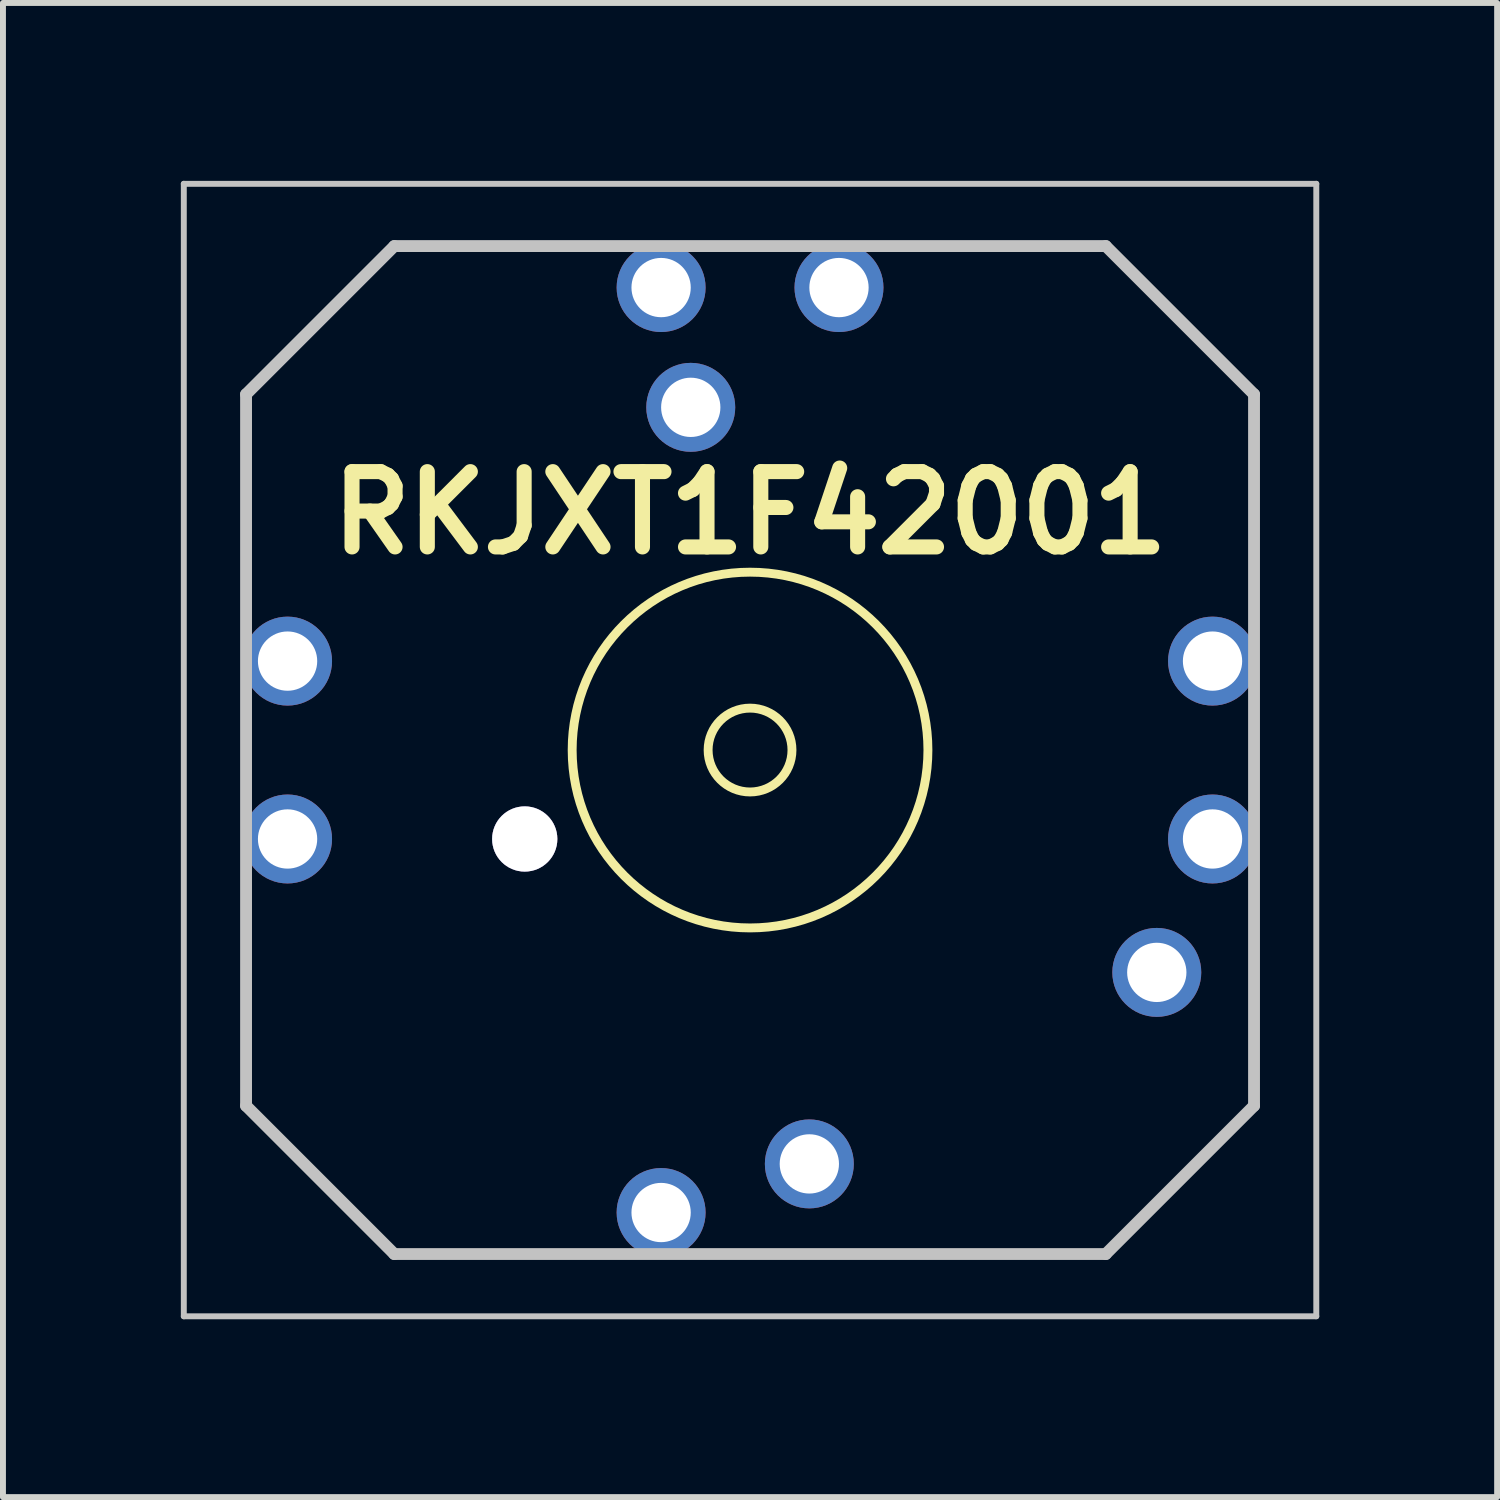
<source format=kicad_pcb>
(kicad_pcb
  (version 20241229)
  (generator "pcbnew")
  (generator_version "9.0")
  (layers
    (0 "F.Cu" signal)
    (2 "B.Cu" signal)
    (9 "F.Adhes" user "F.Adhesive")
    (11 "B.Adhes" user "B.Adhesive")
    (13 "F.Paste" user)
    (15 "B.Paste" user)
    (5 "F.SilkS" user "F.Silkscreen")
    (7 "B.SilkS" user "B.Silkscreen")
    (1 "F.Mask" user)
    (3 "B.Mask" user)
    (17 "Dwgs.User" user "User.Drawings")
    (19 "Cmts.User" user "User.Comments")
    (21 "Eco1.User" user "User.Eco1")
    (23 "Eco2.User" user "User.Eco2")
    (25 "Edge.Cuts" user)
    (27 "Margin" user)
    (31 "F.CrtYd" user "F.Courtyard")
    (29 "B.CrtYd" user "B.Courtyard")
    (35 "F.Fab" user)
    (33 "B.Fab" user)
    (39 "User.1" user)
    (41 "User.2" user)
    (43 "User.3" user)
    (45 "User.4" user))
  (footprint "RKJXT1F42001"
    (layer "F.Cu")
    (at 9.6 9.6)
    (property "Reference" "RKJXT1F42001" (at 0 -4 0) (layer "F.SilkS") (effects (font (size 1.27 1.27) (thickness 0.254))))
    (attr through_hole)
    (fp_line (start -8.5 -6) (end -6 -8.5) (stroke (width 0.1) (type solid)) (layer "F.SilkS"))
    (fp_line (start -8.5 -2.5) (end -8.5 -6) (stroke (width 0.1) (type solid)) (layer "F.SilkS"))
    (fp_line (start -8.5 -0.5) (end -8.5 0.5) (stroke (width 0.1) (type solid)) (layer "F.SilkS"))
    (fp_line (start -8.5 2.5) (end -8.5 6) (stroke (width 0.1) (type solid)) (layer "F.SilkS"))
    (fp_line (start -8.5 6) (end -6 8.5) (stroke (width 0.1) (type solid)) (layer "F.SilkS"))
    (fp_line (start -6 -8.5) (end -2.5 -8.5) (stroke (width 0.1) (type solid)) (layer "F.SilkS"))
    (fp_line (start -6 8.5) (end -2.5 8.5) (stroke (width 0.1) (type solid)) (layer "F.SilkS"))
    (fp_line (start -0.5 8.5) (end 6 8.5) (stroke (width 0.1) (type solid)) (layer "F.SilkS"))
    (fp_line (start 2.5 -8.5) (end 6 -8.5) (stroke (width 0.1) (type solid)) (layer "F.SilkS"))
    (fp_line (start 6 -8.5) (end 8.5 -6) (stroke (width 0.1) (type solid)) (layer "F.SilkS"))
    (fp_line (start 6 8.5) (end 8.5 6) (stroke (width 0.1) (type solid)) (layer "F.SilkS"))
    (fp_line (start 8.5 -6) (end 8.5 -2.5) (stroke (width 0.1) (type solid)) (layer "F.SilkS"))
    (fp_line (start 8.5 -0.5) (end 8.5 0.5) (stroke (width 0.1) (type solid)) (layer "F.SilkS"))
    (fp_line (start 8.5 6) (end 8.5 2.5) (stroke (width 0.1) (type solid)) (layer "F.SilkS"))
    (fp_circle (center 0 0) (end 0.5 -0.5) (stroke (width 0.15) (type solid)) (fill no) (layer "F.SilkS"))
    (fp_circle (center 0 0) (end 3 0) (stroke (width 0.15) (type solid)) (fill no) (layer "F.SilkS"))
    (fp_line (start -9.55 -9.55) (end 9.55 -9.55) (stroke (width 0.1) (type solid)) (layer "Dwgs.User"))
    (fp_line (start -9.55 9.55) (end -9.55 -9.55) (stroke (width 0.1) (type solid)) (layer "Dwgs.User"))
    (fp_line (start -8.5 -6) (end -8.5 6) (stroke (width 0.2) (type solid)) (layer "Dwgs.User"))
    (fp_line (start -8.5 -6) (end -6 -8.5) (stroke (width 0.2) (type solid)) (layer "Dwgs.User"))
    (fp_line (start -6 -8.5) (end 6 -8.5) (stroke (width 0.2) (type solid)) (layer "Dwgs.User"))
    (fp_line (start -6 8.5) (end -8.5 6) (stroke (width 0.2) (type solid)) (layer "Dwgs.User"))
    (fp_line (start -6 8.5) (end 6 8.5) (stroke (width 0.2) (type solid)) (layer "Dwgs.User"))
    (fp_line (start 6 -8.5) (end 8.5 -6) (stroke (width 0.2) (type solid)) (layer "Dwgs.User"))
    (fp_line (start 6 8.5) (end 8.5 6) (stroke (width 0.2) (type solid)) (layer "Dwgs.User"))
    (fp_line (start 8.5 6) (end 8.5 -6) (stroke (width 0.2) (type solid)) (layer "Dwgs.User"))
    (fp_line (start 9.55 -9.55) (end 9.55 9.55) (stroke (width 0.1) (type solid)) (layer "Dwgs.User"))
    (fp_line (start 9.55 9.55) (end -9.55 9.55) (stroke (width 0.1) (type solid)) (layer "Dwgs.User"))
    (pad "" thru_hole circle (at -3.8 1.5 90) (size 1.1 1.1) (drill 1.1) (layers "*.Cu" "*.Mask"))
    (pad "1" thru_hole circle (at -1.5 7.8 90) (size 1.5 1.5) (drill 1) (layers "*.Cu" "*.Mask"))
    (pad "2" thru_hole circle (at 1 6.98 90) (size 1.5 1.5) (drill 1) (layers "*.Cu" "*.Mask"))
    (pad "3" thru_hole circle (at 6.86 3.75 90) (size 1.5 1.5) (drill 1) (layers "*.Cu" "*.Mask"))
    (pad "4" thru_hole circle (at 7.8 1.5 90) (size 1.5 1.5) (drill 1) (layers "*.Cu" "*.Mask"))
    (pad "5" thru_hole circle (at 7.8 -1.5 90) (size 1.5 1.5) (drill 1) (layers "*.Cu" "*.Mask"))
    (pad "6" thru_hole circle (at 1.5 -7.8 90) (size 1.5 1.5) (drill 1) (layers "*.Cu" "*.Mask"))
    (pad "7" thru_hole circle (at -1 -5.78 90) (size 1.5 1.5) (drill 1) (layers "*.Cu" "*.Mask"))
    (pad "8" thru_hole circle (at -1.5 -7.8 90) (size 1.5 1.5) (drill 1) (layers "*.Cu" "*.Mask"))
    (pad "9" thru_hole circle (at -7.8 -1.5 90) (size 1.5 1.5) (drill 1) (layers "*.Cu" "*.Mask"))
    (pad "10" thru_hole circle (at -7.8 1.5 90) (size 1.5 1.5) (drill 1) (layers "*.Cu" "*.Mask")))
  (gr_rect
    (start -3 -3)
    (end 22.2 22.2)
    (stroke (width 0.1) (type default))
    (fill no)
    (layer "Edge.Cuts")))
</source>
